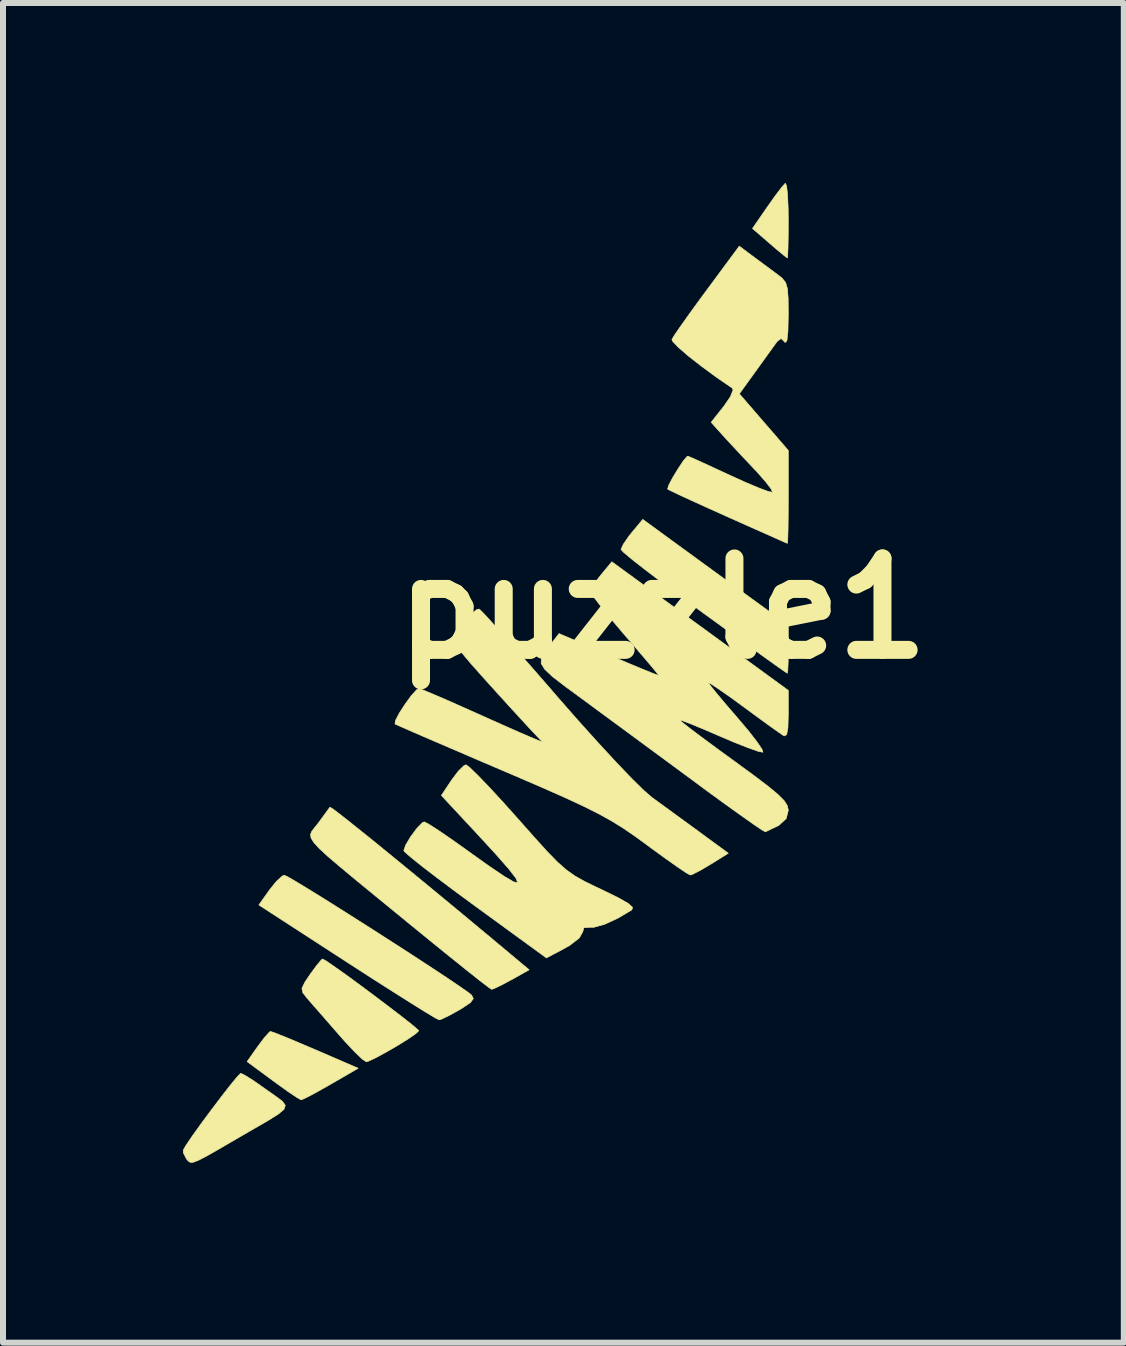
<source format=kicad_pcb>
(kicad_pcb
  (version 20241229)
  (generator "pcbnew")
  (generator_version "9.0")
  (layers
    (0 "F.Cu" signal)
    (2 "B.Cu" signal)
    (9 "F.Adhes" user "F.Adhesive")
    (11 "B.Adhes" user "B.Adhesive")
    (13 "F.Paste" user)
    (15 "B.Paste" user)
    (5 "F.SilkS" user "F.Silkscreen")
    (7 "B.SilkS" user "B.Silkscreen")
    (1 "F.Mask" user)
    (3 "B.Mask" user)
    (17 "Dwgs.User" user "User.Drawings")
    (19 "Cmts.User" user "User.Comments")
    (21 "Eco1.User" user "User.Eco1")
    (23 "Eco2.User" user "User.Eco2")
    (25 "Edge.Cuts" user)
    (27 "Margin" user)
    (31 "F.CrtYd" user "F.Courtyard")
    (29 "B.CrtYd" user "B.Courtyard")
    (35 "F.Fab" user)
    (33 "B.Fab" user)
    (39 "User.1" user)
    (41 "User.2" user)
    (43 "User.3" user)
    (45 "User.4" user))
  (footprint "puzzle1"
    (layer "F.Cu")
    (at 7.996 7.094)
    (property "Reference" "puzzle1" (at 0 0 0) (layer "F.SilkS") (effects (font (size 1.524 1.524) (thickness 0.3))))
    (attr through_hole)
    (fp_poly (pts (xy 2.067 -7.043) (xy 2.083 -6.896) (xy 2.093 -6.671) (xy 2.095 -6.481) (xy 2.094 -6.214) (xy 2.09 -6.002) (xy 2.084 -5.872) (xy 2.08 -5.844) (xy 2.027 -5.883) (xy 1.907 -5.982) (xy 1.781 -6.09) (xy 1.498 -6.335) (xy 1.747 -6.696) (xy 1.879 -6.882) (xy 1.986 -7.023) (xy 2.045 -7.089) (xy 2.046 -7.089) (xy 2.067 -7.043)) (stroke (width 0.01) (type solid)) (fill yes) (layer "F.SilkS"))
    (fp_poly (pts (xy -6.468 7.073) (xy -6.307 7.137) (xy -6.077 7.233) (xy -5.801 7.351) (xy -5.788 7.356) (xy -5.075 7.664) (xy -5.53 7.928) (xy -5.744 8.049) (xy -5.915 8.141) (xy -6.013 8.187) (xy -6.025 8.191) (xy -6.091 8.155) (xy -6.232 8.061) (xy -6.422 7.925) (xy -6.496 7.871) (xy -6.927 7.553) (xy -6.75 7.302) (xy -6.64 7.156) (xy -6.559 7.065) (xy -6.537 7.05) (xy -6.468 7.073)) (stroke (width 0.01) (type solid)) (fill yes) (layer "F.SilkS"))
    (fp_poly (pts (xy 0.136 -1.145) (xy 0.369 -0.975) (xy 0.668 -0.757) (xy 0.996 -0.518) (xy 1.317 -0.285) (xy 1.349 -0.262) (xy 2.095 0.28) (xy 2.095 0.68) (xy 2.093 0.886) (xy 2.087 1.031) (xy 2.079 1.079) (xy 2.025 1.044) (xy 1.882 0.943) (xy 1.664 0.787) (xy 1.383 0.585) (xy 1.053 0.347) (xy 0.688 0.082) (xy 0.684 0.079) (xy 0.319 -0.188) (xy -0.009 -0.433) (xy -0.289 -0.646) (xy -0.505 -0.815) (xy -0.644 -0.931) (xy -0.694 -0.984) (xy -0.694 -0.984) (xy -0.657 -1.068) (xy -0.563 -1.205) (xy -0.513 -1.267) (xy -0.331 -1.486) (xy 0.136 -1.145)) (stroke (width 0.01) (type solid)) (fill yes) (layer "F.SilkS"))
    (fp_poly (pts (xy -6.96 7.783) (xy -6.816 7.874) (xy -6.629 8.005) (xy -6.597 8.028) (xy -6.442 8.137) (xy -6.337 8.216) (xy -6.29 8.282) (xy -6.311 8.348) (xy -6.407 8.429) (xy -6.588 8.542) (xy -6.862 8.7) (xy -7.048 8.808) (xy -7.361 8.99) (xy -7.581 9.116) (xy -7.727 9.193) (xy -7.819 9.23) (xy -7.872 9.234) (xy -7.907 9.211) (xy -7.937 9.177) (xy -7.991 9.072) (xy -7.991 9.028) (xy -7.94 8.94) (xy -7.834 8.785) (xy -7.69 8.584) (xy -7.526 8.363) (xy -7.361 8.145) (xy -7.212 7.954) (xy -7.098 7.814) (xy -7.036 7.75) (xy -7.032 7.748) (xy -6.96 7.783)) (stroke (width 0.01) (type solid)) (fill yes) (layer "F.SilkS"))
    (fp_poly (pts (xy -6.238 4.479) (xy -6.081 4.571) (xy -5.85 4.712) (xy -5.563 4.89) (xy -5.237 5.096) (xy -4.887 5.318) (xy -4.53 5.547) (xy -4.183 5.771) (xy -3.863 5.98) (xy -3.586 6.163) (xy -3.369 6.31) (xy -3.227 6.41) (xy -3.186 6.443) (xy -3.155 6.502) (xy -3.203 6.569) (xy -3.346 6.665) (xy -3.388 6.69) (xy -3.559 6.785) (xy -3.687 6.846) (xy -3.726 6.857) (xy -3.791 6.824) (xy -3.948 6.73) (xy -4.183 6.584) (xy -4.482 6.395) (xy -4.831 6.173) (xy -5.215 5.925) (xy -5.255 5.899) (xy -6.731 4.942) (xy -6.556 4.695) (xy -6.439 4.549) (xy -6.339 4.459) (xy -6.306 4.446) (xy -6.238 4.479)) (stroke (width 0.01) (type solid)) (fill yes) (layer "F.SilkS"))
    (fp_poly (pts (xy -5.605 5.878) (xy -5.464 5.975) (xy -5.265 6.116) (xy -5.032 6.287) (xy -4.784 6.472) (xy -4.543 6.654) (xy -4.331 6.817) (xy -4.169 6.945) (xy -4.078 7.024) (xy -4.065 7.039) (xy -4.117 7.089) (xy -4.248 7.179) (xy -4.425 7.289) (xy -4.617 7.4) (xy -4.79 7.493) (xy -4.911 7.549) (xy -4.942 7.556) (xy -5.008 7.511) (xy -5.134 7.39) (xy -5.299 7.214) (xy -5.403 7.096) (xy -5.593 6.878) (xy -5.764 6.682) (xy -5.891 6.537) (xy -5.928 6.494) (xy -5.998 6.405) (xy -6.013 6.332) (xy -5.965 6.231) (xy -5.875 6.097) (xy -5.767 5.95) (xy -5.689 5.857) (xy -5.669 5.842) (xy -5.605 5.878)) (stroke (width 0.01) (type solid)) (fill yes) (layer "F.SilkS"))
    (fp_poly (pts (xy -5.494 3.343) (xy -5.355 3.449) (xy -5.138 3.621) (xy -4.852 3.85) (xy -4.509 4.13) (xy -4.116 4.452) (xy -3.684 4.808) (xy -3.223 5.19) (xy -2.811 5.533) (xy -2.225 6.023) (xy -2.518 6.187) (xy -2.689 6.278) (xy -2.813 6.337) (xy -2.85 6.349) (xy -2.907 6.31) (xy -3.05 6.201) (xy -3.265 6.03) (xy -3.539 5.81) (xy -3.861 5.549) (xy -4.217 5.259) (xy -4.286 5.202) (xy -4.735 4.835) (xy -5.095 4.54) (xy -5.374 4.308) (xy -5.583 4.13) (xy -5.728 3.996) (xy -5.818 3.896) (xy -5.862 3.822) (xy -5.869 3.763) (xy -5.846 3.71) (xy -5.803 3.655) (xy -5.748 3.586) (xy -5.741 3.578) (xy -5.633 3.43) (xy -5.561 3.331) (xy -5.546 3.311) (xy -5.494 3.343)) (stroke (width 0.01) (type solid)) (fill yes) (layer "F.SilkS"))
    (fp_poly (pts (xy -3.215 2.651) (xy -3.084 2.778) (xy -2.898 2.971) (xy -2.672 3.216) (xy -2.42 3.497) (xy -2.413 3.505) (xy -2.134 3.82) (xy -1.92 4.056) (xy -1.75 4.23) (xy -1.604 4.358) (xy -1.463 4.458) (xy -1.307 4.546) (xy -1.117 4.639) (xy -1.021 4.684) (xy -0.745 4.819) (xy -0.575 4.915) (xy -0.502 4.981) (xy -0.512 5.024) (xy -0.513 5.024) (xy -0.747 5.163) (xy -0.969 5.265) (xy -1.146 5.314) (xy -1.214 5.314) (xy -1.312 5.322) (xy -1.333 5.393) (xy -1.39 5.493) (xy -1.545 5.613) (xy -1.635 5.665) (xy -1.937 5.825) (xy -3.124 4.96) (xy -3.462 4.712) (xy -3.763 4.486) (xy -4.012 4.295) (xy -4.195 4.148) (xy -4.298 4.058) (xy -4.315 4.036) (xy -4.283 3.943) (xy -4.201 3.805) (xy -4.099 3.668) (xy -4.009 3.574) (xy -3.975 3.556) (xy -3.904 3.592) (xy -3.753 3.688) (xy -3.542 3.832) (xy -3.292 4.009) (xy -3.254 4.037) (xy -2.899 4.29) (xy -2.642 4.464) (xy -2.481 4.558) (xy -2.416 4.569) (xy -2.445 4.496) (xy -2.567 4.338) (xy -2.782 4.093) (xy -3.066 3.784) (xy -3.688 3.116) (xy -3.518 2.86) (xy -3.405 2.71) (xy -3.31 2.618) (xy -3.278 2.605) (xy -3.215 2.651)) (stroke (width 0.01) (type solid)) (fill yes) (layer "F.SilkS"))
    (fp_poly (pts (xy -3.002 0.062) (xy -2.876 0.198) (xy -2.688 0.406) (xy -2.45 0.675) (xy -2.172 0.992) (xy -1.865 1.344) (xy -1.759 1.468) (xy -1.409 1.867) (xy -1.076 2.237) (xy -0.774 2.564) (xy -0.515 2.834) (xy -0.312 3.034) (xy -0.179 3.149) (xy 0.037 3.306) (xy 0.304 3.501) (xy 0.573 3.697) (xy 0.627 3.737) (xy 1.095 4.08) (xy 0.801 4.263) (xy 0.63 4.364) (xy 0.503 4.429) (xy 0.461 4.443) (xy 0.394 4.406) (xy 0.247 4.307) (xy 0.039 4.16) (xy -0.209 3.98) (xy -0.263 3.939) (xy -0.47 3.789) (xy -0.66 3.659) (xy -0.851 3.541) (xy -1.062 3.424) (xy -1.311 3.299) (xy -1.616 3.157) (xy -1.995 2.989) (xy -2.466 2.786) (xy -2.676 2.696) (xy -3.116 2.508) (xy -3.518 2.335) (xy -3.868 2.185) (xy -4.15 2.063) (xy -4.35 1.975) (xy -4.452 1.93) (xy -4.462 1.925) (xy -4.453 1.866) (xy -4.389 1.743) (xy -4.292 1.593) (xy -4.189 1.452) (xy -4.102 1.356) (xy -4.064 1.333) (xy -3.994 1.358) (xy -3.831 1.426) (xy -3.596 1.527) (xy -3.314 1.652) (xy -3.234 1.688) (xy -2.921 1.828) (xy -2.632 1.957) (xy -2.394 2.062) (xy -2.237 2.13) (xy -2.223 2.136) (xy -2 2.229) (xy -2.227 1.988) (xy -2.36 1.843) (xy -2.552 1.634) (xy -2.775 1.388) (xy -2.983 1.158) (xy -3.203 0.91) (xy -3.349 0.736) (xy -3.431 0.617) (xy -3.462 0.533) (xy -3.453 0.466) (xy -3.435 0.427) (xy -3.319 0.244) (xy -3.197 0.097) (xy -3.095 0.016) (xy -3.057 0.01) (xy -3.002 0.062)) (stroke (width 0.01) (type solid)) (fill yes) (layer "F.SilkS"))
    (fp_poly (pts (xy 1.481 -5.889) (xy 1.678 -5.743) (xy 1.879 -5.594) (xy 1.889 -5.587) (xy 1.989 -5.51) (xy 2.05 -5.435) (xy 2.081 -5.331) (xy 2.093 -5.165) (xy 2.095 -4.905) (xy 2.095 -4.893) (xy 2.089 -4.618) (xy 2.072 -4.465) (xy 2.043 -4.433) (xy 2.033 -4.445) (xy 1.977 -4.501) (xy 1.914 -4.457) (xy 1.881 -4.413) (xy 1.797 -4.297) (xy 1.668 -4.118) (xy 1.534 -3.932) (xy 1.279 -3.579) (xy 1.687 -3.107) (xy 2.095 -2.635) (xy 2.095 -1.857) (xy 2.094 -1.561) (xy 2.091 -1.317) (xy 2.086 -1.151) (xy 2.08 -1.086) (xy 2.08 -1.086) (xy 2.019 -1.112) (xy 1.862 -1.182) (xy 1.628 -1.286) (xy 1.336 -1.416) (xy 1.088 -1.527) (xy 0.763 -1.673) (xy 0.481 -1.801) (xy 0.261 -1.903) (xy 0.122 -1.97) (xy 0.083 -1.991) (xy 0.1 -2.052) (xy 0.165 -2.177) (xy 0.255 -2.325) (xy 0.343 -2.458) (xy 0.407 -2.534) (xy 0.419 -2.54) (xy 0.481 -2.515) (xy 0.634 -2.446) (xy 0.856 -2.344) (xy 1.119 -2.222) (xy 1.386 -2.101) (xy 1.61 -2.007) (xy 1.767 -1.949) (xy 1.832 -1.938) (xy 1.808 -1.996) (xy 1.712 -2.12) (xy 1.565 -2.287) (xy 1.519 -2.335) (xy 1.324 -2.542) (xy 1.137 -2.742) (xy 0.997 -2.894) (xy 0.991 -2.901) (xy 0.809 -3.104) (xy 1.018 -3.368) (xy 1.129 -3.529) (xy 1.174 -3.641) (xy 1.163 -3.673) (xy 0.898 -3.855) (xy 0.646 -4.04) (xy 0.426 -4.212) (xy 0.26 -4.356) (xy 0.167 -4.454) (xy 0.155 -4.486) (xy 0.2 -4.561) (xy 0.308 -4.717) (xy 0.463 -4.935) (xy 0.651 -5.193) (xy 0.73 -5.3) (xy 1.278 -6.041) (xy 1.481 -5.889)) (stroke (width 0.01) (type solid)) (fill yes) (layer "F.SilkS"))
    (fp_poly (pts (xy 0.624 0.293) (xy 2.095 1.365) (xy 2.095 1.766) (xy 2.089 1.989) (xy 2.068 2.102) (xy 2.028 2.124) (xy 2.016 2.119) (xy 1.935 2.063) (xy 1.776 1.95) (xy 1.563 1.795) (xy 1.349 1.638) (xy 1.119 1.47) (xy 0.93 1.339) (xy 0.805 1.256) (xy 0.762 1.236) (xy 0.801 1.292) (xy 0.908 1.424) (xy 1.066 1.612) (xy 1.246 1.821) (xy 1.431 2.039) (xy 1.572 2.221) (xy 1.657 2.346) (xy 1.671 2.396) (xy 1.592 2.38) (xy 1.424 2.321) (xy 1.191 2.229) (xy 0.954 2.128) (xy 0.692 2.015) (xy 0.477 1.926) (xy 0.332 1.871) (xy 0.282 1.857) (xy 0.326 1.897) (xy 0.457 2) (xy 0.659 2.152) (xy 0.916 2.342) (xy 1.181 2.535) (xy 1.515 2.779) (xy 1.759 2.964) (xy 1.925 3.102) (xy 2.027 3.205) (xy 2.079 3.287) (xy 2.095 3.358) (xy 2.095 3.366) (xy 2.06 3.502) (xy 1.938 3.615) (xy 1.714 3.723) (xy 1.656 3.691) (xy 1.512 3.594) (xy 1.296 3.441) (xy 1.023 3.246) (xy 0.709 3.017) (xy 0.572 2.915) (xy 0.18 2.626) (xy -0.238 2.318) (xy -0.649 2.015) (xy -1.022 1.741) (xy -1.319 1.522) (xy -1.623 1.299) (xy -1.836 1.135) (xy -1.966 1.013) (xy -2.025 0.915) (xy -2.021 0.825) (xy -1.965 0.724) (xy -1.866 0.596) (xy -1.849 0.574) (xy -1.726 0.418) (xy -0.895 0.775) (xy -0.599 0.901) (xy -0.349 1.005) (xy -0.167 1.079) (xy -0.072 1.114) (xy -0.064 1.115) (xy -0.103 1.064) (xy -0.21 0.935) (xy -0.371 0.746) (xy -0.569 0.514) (xy -0.635 0.439) (xy -0.843 0.193) (xy -1.017 -0.02) (xy -1.141 -0.183) (xy -1.201 -0.275) (xy -1.204 -0.286) (xy -1.166 -0.37) (xy -1.071 -0.506) (xy -1.025 -0.564) (xy -0.847 -0.779) (xy 0.624 0.293)) (stroke (width 0.01) (type solid)) (fill yes) (layer "F.SilkS")))
  (gr_rect
    (start -3 -3)
    (end 15.684 19.332)
    (stroke (width 0.1) (type default))
    (fill no)
    (layer "Edge.Cuts")))
</source>
